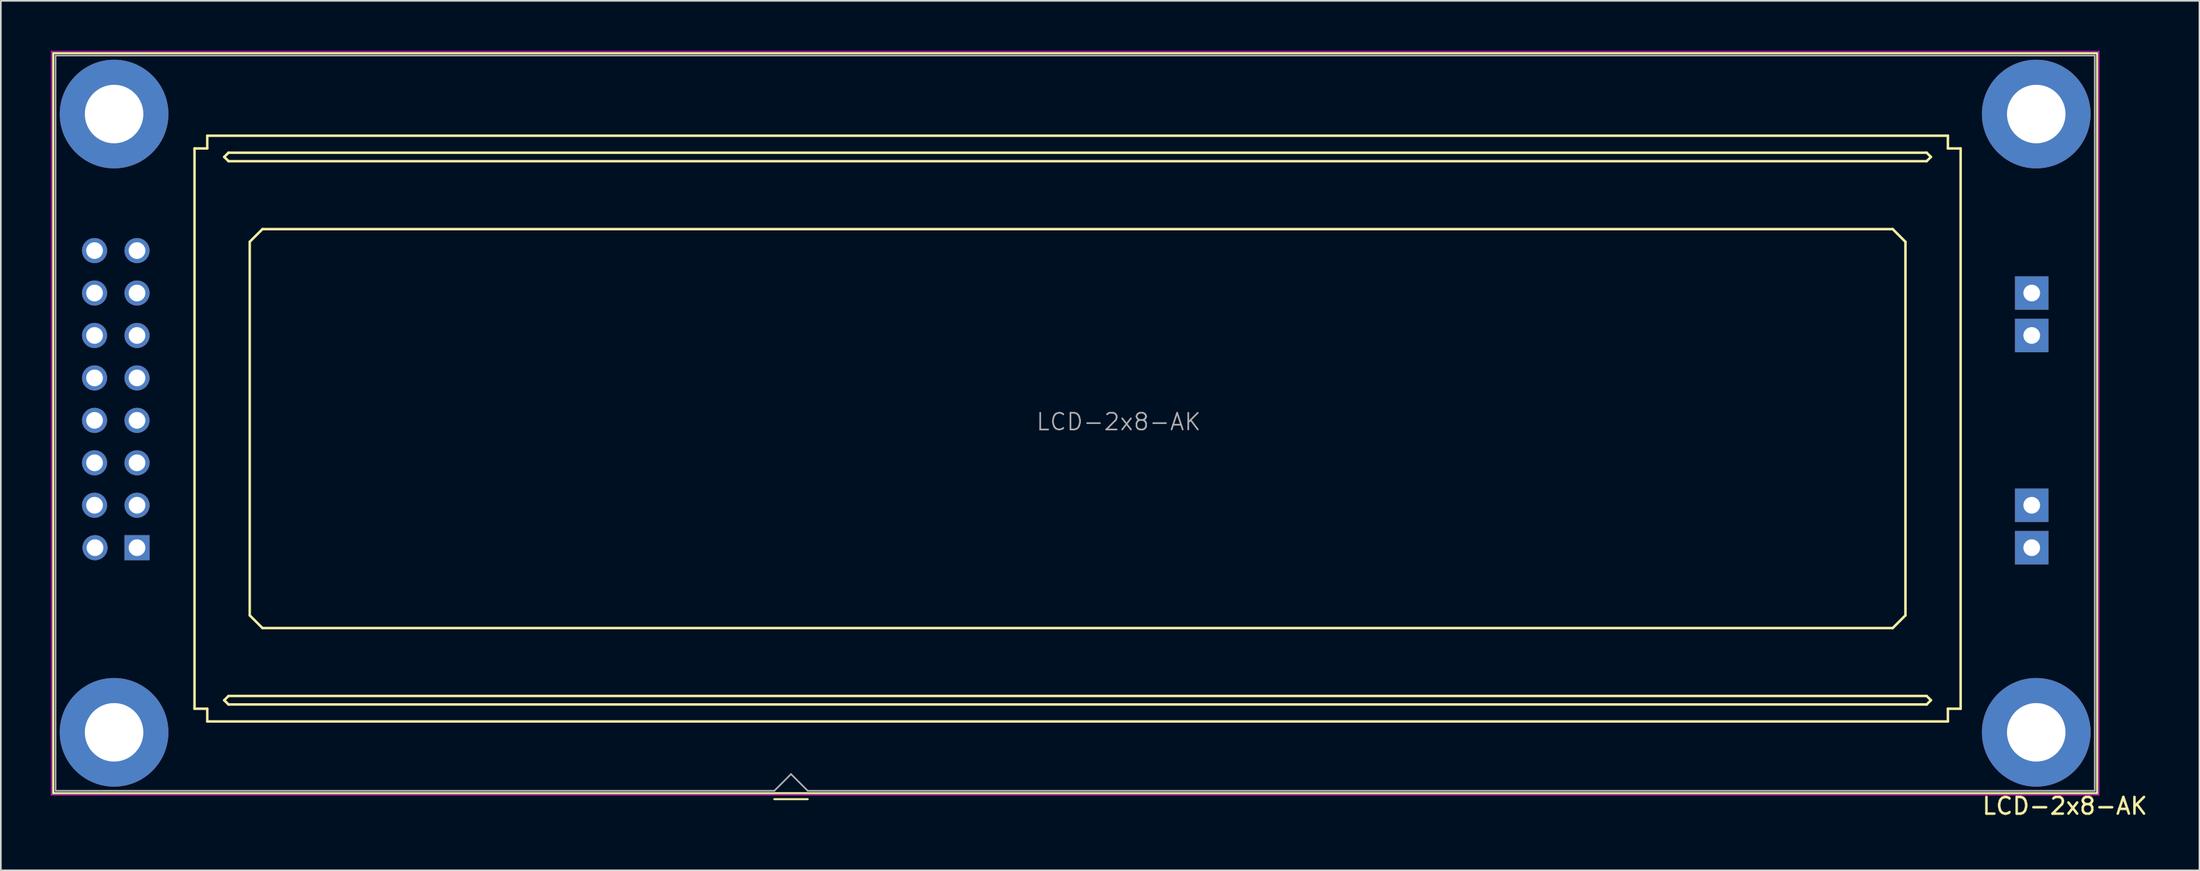
<source format=kicad_pcb>
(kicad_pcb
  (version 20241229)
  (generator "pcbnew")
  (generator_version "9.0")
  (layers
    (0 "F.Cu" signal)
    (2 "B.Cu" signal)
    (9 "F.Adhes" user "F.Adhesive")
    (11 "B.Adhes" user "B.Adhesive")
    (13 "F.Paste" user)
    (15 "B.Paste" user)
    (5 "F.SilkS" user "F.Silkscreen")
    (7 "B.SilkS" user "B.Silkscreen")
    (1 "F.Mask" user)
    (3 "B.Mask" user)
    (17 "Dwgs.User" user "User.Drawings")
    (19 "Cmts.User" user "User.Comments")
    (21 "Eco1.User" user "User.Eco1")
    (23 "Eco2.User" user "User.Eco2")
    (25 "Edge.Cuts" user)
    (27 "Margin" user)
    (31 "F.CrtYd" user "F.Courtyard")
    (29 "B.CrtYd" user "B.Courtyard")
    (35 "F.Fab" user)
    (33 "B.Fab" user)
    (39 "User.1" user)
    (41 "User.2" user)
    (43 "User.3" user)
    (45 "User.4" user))
  (footprint "LCD-2x8-AK"
    (layer "F.Cu")
    (at 61.027 22.106)
    (property "Reference" "LCD-2x8-AK" (at 59.458 23.079 0) (layer "F.SilkS") (effects (font (size 1 1) (thickness 0.15))))
    (attr through_hole)
    (fp_line (start -60.892 22.309) (end -60.892 -21.971) (stroke (width 0.12) (type solid)) (layer "F.SilkS"))
    (fp_line (start -60.892 22.309) (end 61.388 22.309) (stroke (width 0.12) (type solid)) (layer "F.SilkS"))
    (fp_line (start -52.439 -16.272) (end -52.439 17.256) (stroke (width 0.15) (type solid)) (layer "F.SilkS"))
    (fp_line (start -52.439 -16.272) (end -51.677 -16.272) (stroke (width 0.15) (type solid)) (layer "F.SilkS"))
    (fp_line (start -51.677 -16.272) (end -51.677 -17.034) (stroke (width 0.15) (type solid)) (layer "F.SilkS"))
    (fp_line (start -51.677 17.256) (end -52.439 17.256) (stroke (width 0.15) (type solid)) (layer "F.SilkS"))
    (fp_line (start -51.677 18.018) (end -51.677 17.256) (stroke (width 0.15) (type solid)) (layer "F.SilkS"))
    (fp_line (start -51.677 18.018) (end 52.463 18.018) (stroke (width 0.15) (type solid)) (layer "F.SilkS"))
    (fp_line (start -50.661 -15.764) (end -50.407 -15.51) (stroke (width 0.15) (type solid)) (layer "F.SilkS"))
    (fp_line (start -50.661 16.748) (end -50.407 16.494) (stroke (width 0.15) (type solid)) (layer "F.SilkS"))
    (fp_line (start -50.407 -16.018) (end -50.661 -15.764) (stroke (width 0.15) (type solid)) (layer "F.SilkS"))
    (fp_line (start -50.407 -15.51) (end 51.193 -15.51) (stroke (width 0.15) (type solid)) (layer "F.SilkS"))
    (fp_line (start -50.407 17.002) (end -50.661 16.748) (stroke (width 0.15) (type solid)) (layer "F.SilkS"))
    (fp_line (start -50.407 17.002) (end 51.193 17.002) (stroke (width 0.15) (type solid)) (layer "F.SilkS"))
    (fp_line (start -49.137 -10.684) (end -48.375 -11.446) (stroke (width 0.15) (type solid)) (layer "F.SilkS"))
    (fp_line (start -49.137 11.668) (end -49.137 -10.684) (stroke (width 0.15) (type solid)) (layer "F.SilkS"))
    (fp_line (start -48.375 -11.446) (end 49.161 -11.446) (stroke (width 0.15) (type solid)) (layer "F.SilkS"))
    (fp_line (start -48.375 12.43) (end -49.137 11.668) (stroke (width 0.15) (type solid)) (layer "F.SilkS"))
    (fp_line (start -15.752 22.669) (end -17.752 22.669) (stroke (width 0.12) (type solid)) (layer "F.SilkS"))
    (fp_line (start 49.161 -11.446) (end 49.923 -10.684) (stroke (width 0.15) (type solid)) (layer "F.SilkS"))
    (fp_line (start 49.161 12.43) (end -48.375 12.43) (stroke (width 0.15) (type solid)) (layer "F.SilkS"))
    (fp_line (start 49.923 -10.684) (end 49.923 11.668) (stroke (width 0.15) (type solid)) (layer "F.SilkS"))
    (fp_line (start 49.923 11.668) (end 49.161 12.43) (stroke (width 0.15) (type solid)) (layer "F.SilkS"))
    (fp_line (start 51.193 -16.018) (end -50.407 -16.018) (stroke (width 0.15) (type solid)) (layer "F.SilkS"))
    (fp_line (start 51.193 -15.51) (end 51.447 -15.764) (stroke (width 0.15) (type solid)) (layer "F.SilkS"))
    (fp_line (start 51.193 16.494) (end -50.407 16.494) (stroke (width 0.15) (type solid)) (layer "F.SilkS"))
    (fp_line (start 51.193 17.002) (end 51.447 16.748) (stroke (width 0.15) (type solid)) (layer "F.SilkS"))
    (fp_line (start 51.447 -15.764) (end 51.193 -16.018) (stroke (width 0.15) (type solid)) (layer "F.SilkS"))
    (fp_line (start 51.447 16.748) (end 51.193 16.494) (stroke (width 0.15) (type solid)) (layer "F.SilkS"))
    (fp_line (start 52.463 -17.034) (end -51.677 -17.034) (stroke (width 0.15) (type solid)) (layer "F.SilkS"))
    (fp_line (start 52.463 -17.034) (end 52.463 -16.272) (stroke (width 0.15) (type solid)) (layer "F.SilkS"))
    (fp_line (start 52.463 -16.272) (end 53.225 -16.272) (stroke (width 0.15) (type solid)) (layer "F.SilkS"))
    (fp_line (start 52.463 17.256) (end 53.225 17.256) (stroke (width 0.15) (type solid)) (layer "F.SilkS"))
    (fp_line (start 52.463 18.018) (end 52.463 17.256) (stroke (width 0.15) (type solid)) (layer "F.SilkS"))
    (fp_line (start 53.225 17.256) (end 53.225 -16.272) (stroke (width 0.15) (type solid)) (layer "F.SilkS"))
    (fp_line (start 61.388 -21.971) (end -60.892 -21.971) (stroke (width 0.12) (type solid)) (layer "F.SilkS"))
    (fp_line (start 61.388 22.309) (end 61.388 -21.971) (stroke (width 0.12) (type solid)) (layer "F.SilkS"))
    (fp_line (start -61.002 22.419) (end -61.002 -22.081) (stroke (width 0.05) (type solid)) (layer "F.CrtYd"))
    (fp_line (start 61.498 -22.081) (end -61.002 -22.081) (stroke (width 0.05) (type solid)) (layer "F.CrtYd"))
    (fp_line (start 61.498 22.419) (end -61.002 22.419) (stroke (width 0.05) (type solid)) (layer "F.CrtYd"))
    (fp_line (start 61.498 22.419) (end 61.498 -22.081) (stroke (width 0.05) (type solid)) (layer "F.CrtYd"))
    (fp_line (start -60.752 -21.831) (end 61.248 -21.831) (stroke (width 0.1) (type solid)) (layer "F.Fab"))
    (fp_line (start -60.752 22.169) (end -60.752 -21.831) (stroke (width 0.1) (type solid)) (layer "F.Fab"))
    (fp_line (start -17.752 22.169) (end -60.752 22.169) (stroke (width 0.1) (type solid)) (layer "F.Fab"))
    (fp_line (start -17.752 22.169) (end -16.752 21.169) (stroke (width 0.1) (type solid)) (layer "F.Fab"))
    (fp_line (start -16.752 21.169) (end -15.752 22.169) (stroke (width 0.1) (type solid)) (layer "F.Fab"))
    (fp_line (start 61.248 -21.831) (end 61.248 22.169) (stroke (width 0.1) (type solid)) (layer "F.Fab"))
    (fp_line (start 61.248 22.169) (end -15.752 22.169) (stroke (width 0.1) (type solid)) (layer "F.Fab"))
    (fp_text user "${REFERENCE}" (at 2.848 0.089 180) (layer "F.Fab") (effects (font (size 1 1) (thickness 0.1))))
    (pad "" thru_hole circle (at -57.252 -18.331) (size 6.5 6.5) (drill 3.5) (layers "*.Cu" "*.Mask"))
    (pad "" thru_hole circle (at -57.252 18.669) (size 6.5 6.5) (drill 3.5) (layers "*.Cu" "*.Mask"))
    (pad "" thru_hole circle (at 57.748 -18.331) (size 6.5 6.5) (drill 3.5) (layers "*.Cu" "*.Mask"))
    (pad "" thru_hole circle (at 57.748 18.669) (size 6.5 6.5) (drill 3.5) (layers "*.Cu" "*.Mask"))
    (pad "1" thru_hole rect (at -55.88 7.62 90) (size 1.5 1.5) (drill 1) (layers "*.Cu" "*.Mask"))
    (pad "2" thru_hole circle (at -58.392 7.62 90) (size 1.5 1.5) (drill 1) (layers "*.Cu" "*.Mask"))
    (pad "3" thru_hole circle (at -55.88 5.08 270) (size 1.5 1.5) (drill 1) (layers "*.Cu" "*.Mask"))
    (pad "4" thru_hole circle (at -58.42 5.08 270) (size 1.5 1.5) (drill 1) (layers "*.Cu" "*.Mask"))
    (pad "5" thru_hole circle (at -55.88 2.54 270) (size 1.5 1.5) (drill 1) (layers "*.Cu" "*.Mask"))
    (pad "6" thru_hole circle (at -58.42 2.54 270) (size 1.5 1.5) (drill 1) (layers "*.Cu" "*.Mask"))
    (pad "7" thru_hole circle (at -55.88 0 270) (size 1.5 1.5) (drill 1) (layers "*.Cu" "*.Mask"))
    (pad "8" thru_hole circle (at -58.42 0 270) (size 1.5 1.5) (drill 1) (layers "*.Cu" "*.Mask"))
    (pad "9" thru_hole circle (at -55.88 -2.54 270) (size 1.5 1.5) (drill 1) (layers "*.Cu" "*.Mask"))
    (pad "10" thru_hole circle (at -58.42 -2.54 270) (size 1.5 1.5) (drill 1) (layers "*.Cu" "*.Mask"))
    (pad "11" thru_hole circle (at -55.88 -5.08 270) (size 1.5 1.5) (drill 1) (layers "*.Cu" "*.Mask"))
    (pad "12" thru_hole circle (at -58.42 -5.08 270) (size 1.5 1.5) (drill 1) (layers "*.Cu" "*.Mask"))
    (pad "13" thru_hole circle (at -55.88 -7.62 270) (size 1.5 1.5) (drill 1) (layers "*.Cu" "*.Mask"))
    (pad "14" thru_hole circle (at -58.42 -7.62 270) (size 1.5 1.5) (drill 1) (layers "*.Cu" "*.Mask"))
    (pad "15" thru_hole circle (at -55.88 -10.16 270) (size 1.5 1.5) (drill 1) (layers "*.Cu" "*.Mask"))
    (pad "16" thru_hole circle (at -58.42 -10.16 270) (size 1.5 1.5) (drill 1) (layers "*.Cu" "*.Mask"))
    (pad "A1" thru_hole rect (at 57.478 -7.62) (size 2 2) (drill 1) (layers "*.Cu" "*.Mask"))
    (pad "A2" thru_hole rect (at 57.478 5.08) (size 2 2) (drill 1) (layers "*.Cu" "*.Mask"))
    (pad "K1" thru_hole rect (at 57.478 -5.08) (size 2 2) (drill 1) (layers "*.Cu" "*.Mask"))
    (pad "K2" thru_hole rect (at 57.478 7.62) (size 2 2) (drill 1) (layers "*.Cu" "*.Mask")))
  (gr_rect
    (start -3 -3)
    (end 128.539 49.033)
    (stroke (width 0.1) (type default))
    (fill no)
    (layer "Edge.Cuts")))
</source>
